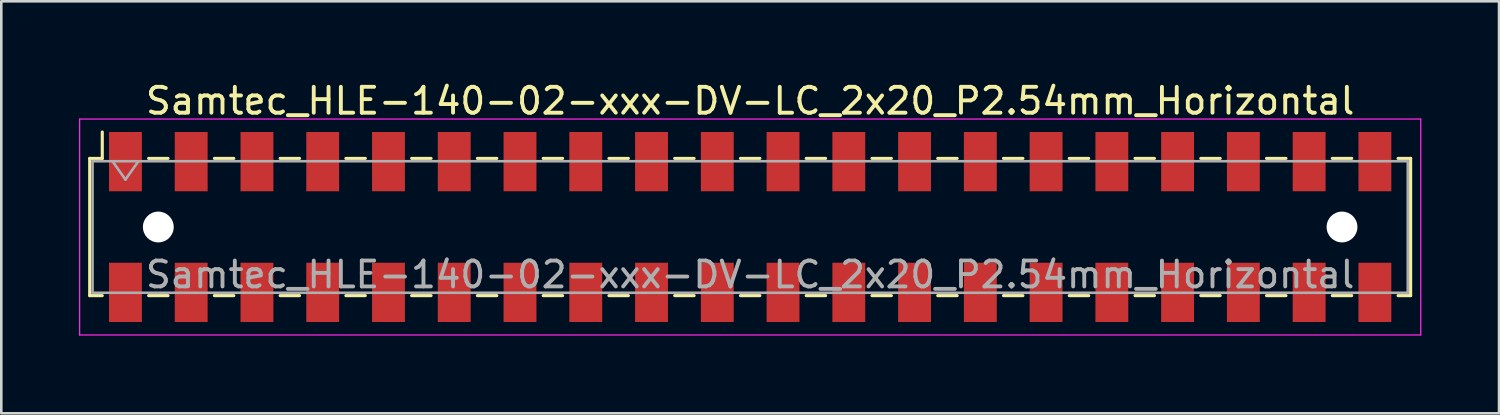
<source format=kicad_pcb>
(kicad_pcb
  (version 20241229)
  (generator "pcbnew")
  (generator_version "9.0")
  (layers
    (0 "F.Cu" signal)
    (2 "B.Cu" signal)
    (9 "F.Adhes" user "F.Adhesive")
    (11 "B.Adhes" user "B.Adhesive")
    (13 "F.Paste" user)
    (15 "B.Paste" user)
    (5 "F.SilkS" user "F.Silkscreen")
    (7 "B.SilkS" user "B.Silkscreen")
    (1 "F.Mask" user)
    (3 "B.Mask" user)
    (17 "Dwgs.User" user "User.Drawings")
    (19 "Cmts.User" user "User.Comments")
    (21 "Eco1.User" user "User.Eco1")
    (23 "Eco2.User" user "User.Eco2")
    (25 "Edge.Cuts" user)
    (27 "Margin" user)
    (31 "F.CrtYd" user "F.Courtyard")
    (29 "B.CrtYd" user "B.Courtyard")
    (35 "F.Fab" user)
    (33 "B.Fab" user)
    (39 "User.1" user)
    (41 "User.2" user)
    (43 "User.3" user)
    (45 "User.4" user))
  (footprint "Samtec_HLE-140-02-xxx-DV-LC_2x20_P2.54mm_Horizontal"
    (layer "F.Cu")
    (at 25.925 5.718)
    (property "Reference" "Samtec_HLE-140-02-xxx-DV-LC_2x20_P2.54mm_Horizontal" (at 0 -4.87 0) (layer "F.SilkS") (effects (font (size 1 1) (thickness 0.15))))
    (attr smd)
    (fp_line (start -25.51 -2.65) (end -25.51 2.65) (stroke (width 0.12) (type solid)) (layer "F.SilkS"))
    (fp_line (start -25.51 2.65) (end -25.025 2.65) (stroke (width 0.12) (type solid)) (layer "F.SilkS"))
    (fp_line (start -25.025 -3.67) (end -25.025 -2.65) (stroke (width 0.12) (type solid)) (layer "F.SilkS"))
    (fp_line (start -25.025 -2.65) (end -25.51 -2.65) (stroke (width 0.12) (type solid)) (layer "F.SilkS"))
    (fp_line (start -23.235 -2.65) (end -22.485 -2.65) (stroke (width 0.12) (type solid)) (layer "F.SilkS"))
    (fp_line (start -23.235 2.65) (end -22.485 2.65) (stroke (width 0.12) (type solid)) (layer "F.SilkS"))
    (fp_line (start -20.695 -2.65) (end -19.945 -2.65) (stroke (width 0.12) (type solid)) (layer "F.SilkS"))
    (fp_line (start -20.695 2.65) (end -19.945 2.65) (stroke (width 0.12) (type solid)) (layer "F.SilkS"))
    (fp_line (start -18.155 -2.65) (end -17.405 -2.65) (stroke (width 0.12) (type solid)) (layer "F.SilkS"))
    (fp_line (start -18.155 2.65) (end -17.405 2.65) (stroke (width 0.12) (type solid)) (layer "F.SilkS"))
    (fp_line (start -15.615 -2.65) (end -14.865 -2.65) (stroke (width 0.12) (type solid)) (layer "F.SilkS"))
    (fp_line (start -15.615 2.65) (end -14.865 2.65) (stroke (width 0.12) (type solid)) (layer "F.SilkS"))
    (fp_line (start -13.075 -2.65) (end -12.325 -2.65) (stroke (width 0.12) (type solid)) (layer "F.SilkS"))
    (fp_line (start -13.075 2.65) (end -12.325 2.65) (stroke (width 0.12) (type solid)) (layer "F.SilkS"))
    (fp_line (start -10.535 -2.65) (end -9.785 -2.65) (stroke (width 0.12) (type solid)) (layer "F.SilkS"))
    (fp_line (start -10.535 2.65) (end -9.785 2.65) (stroke (width 0.12) (type solid)) (layer "F.SilkS"))
    (fp_line (start -7.995 -2.65) (end -7.245 -2.65) (stroke (width 0.12) (type solid)) (layer "F.SilkS"))
    (fp_line (start -7.995 2.65) (end -7.245 2.65) (stroke (width 0.12) (type solid)) (layer "F.SilkS"))
    (fp_line (start -5.455 -2.65) (end -4.705 -2.65) (stroke (width 0.12) (type solid)) (layer "F.SilkS"))
    (fp_line (start -5.455 2.65) (end -4.705 2.65) (stroke (width 0.12) (type solid)) (layer "F.SilkS"))
    (fp_line (start -2.915 -2.65) (end -2.165 -2.65) (stroke (width 0.12) (type solid)) (layer "F.SilkS"))
    (fp_line (start -2.915 2.65) (end -2.165 2.65) (stroke (width 0.12) (type solid)) (layer "F.SilkS"))
    (fp_line (start -0.375 -2.65) (end 0.375 -2.65) (stroke (width 0.12) (type solid)) (layer "F.SilkS"))
    (fp_line (start -0.375 2.65) (end 0.375 2.65) (stroke (width 0.12) (type solid)) (layer "F.SilkS"))
    (fp_line (start 2.165 -2.65) (end 2.915 -2.65) (stroke (width 0.12) (type solid)) (layer "F.SilkS"))
    (fp_line (start 2.165 2.65) (end 2.915 2.65) (stroke (width 0.12) (type solid)) (layer "F.SilkS"))
    (fp_line (start 4.705 -2.65) (end 5.455 -2.65) (stroke (width 0.12) (type solid)) (layer "F.SilkS"))
    (fp_line (start 4.705 2.65) (end 5.455 2.65) (stroke (width 0.12) (type solid)) (layer "F.SilkS"))
    (fp_line (start 7.245 -2.65) (end 7.995 -2.65) (stroke (width 0.12) (type solid)) (layer "F.SilkS"))
    (fp_line (start 7.245 2.65) (end 7.995 2.65) (stroke (width 0.12) (type solid)) (layer "F.SilkS"))
    (fp_line (start 9.785 -2.65) (end 10.535 -2.65) (stroke (width 0.12) (type solid)) (layer "F.SilkS"))
    (fp_line (start 9.785 2.65) (end 10.535 2.65) (stroke (width 0.12) (type solid)) (layer "F.SilkS"))
    (fp_line (start 12.325 -2.65) (end 13.075 -2.65) (stroke (width 0.12) (type solid)) (layer "F.SilkS"))
    (fp_line (start 12.325 2.65) (end 13.075 2.65) (stroke (width 0.12) (type solid)) (layer "F.SilkS"))
    (fp_line (start 14.865 -2.65) (end 15.615 -2.65) (stroke (width 0.12) (type solid)) (layer "F.SilkS"))
    (fp_line (start 14.865 2.65) (end 15.615 2.65) (stroke (width 0.12) (type solid)) (layer "F.SilkS"))
    (fp_line (start 17.405 -2.65) (end 18.155 -2.65) (stroke (width 0.12) (type solid)) (layer "F.SilkS"))
    (fp_line (start 17.405 2.65) (end 18.155 2.65) (stroke (width 0.12) (type solid)) (layer "F.SilkS"))
    (fp_line (start 19.945 -2.65) (end 20.695 -2.65) (stroke (width 0.12) (type solid)) (layer "F.SilkS"))
    (fp_line (start 19.945 2.65) (end 20.695 2.65) (stroke (width 0.12) (type solid)) (layer "F.SilkS"))
    (fp_line (start 22.485 -2.65) (end 23.235 -2.65) (stroke (width 0.12) (type solid)) (layer "F.SilkS"))
    (fp_line (start 22.485 2.65) (end 23.235 2.65) (stroke (width 0.12) (type solid)) (layer "F.SilkS"))
    (fp_line (start 25.025 -2.65) (end 25.51 -2.65) (stroke (width 0.12) (type solid)) (layer "F.SilkS"))
    (fp_line (start 25.51 -2.65) (end 25.51 2.65) (stroke (width 0.12) (type solid)) (layer "F.SilkS"))
    (fp_line (start 25.51 2.65) (end 25.025 2.65) (stroke (width 0.12) (type solid)) (layer "F.SilkS"))
    (fp_line (start -25.9 -4.17) (end 25.9 -4.17) (stroke (width 0.05) (type solid)) (layer "F.CrtYd"))
    (fp_line (start -25.9 4.17) (end -25.9 -4.17) (stroke (width 0.05) (type solid)) (layer "F.CrtYd"))
    (fp_line (start 25.9 -4.17) (end 25.9 4.17) (stroke (width 0.05) (type solid)) (layer "F.CrtYd"))
    (fp_line (start 25.9 4.17) (end -25.9 4.17) (stroke (width 0.05) (type solid)) (layer "F.CrtYd"))
    (fp_line (start -25.4 -2.54) (end 25.4 -2.54) (stroke (width 0.1) (type solid)) (layer "F.Fab"))
    (fp_line (start -25.4 2.54) (end -25.4 -2.54) (stroke (width 0.1) (type solid)) (layer "F.Fab"))
    (fp_line (start -24.63 -2.54) (end -24.13 -1.833) (stroke (width 0.1) (type solid)) (layer "F.Fab"))
    (fp_line (start -24.13 -1.833) (end -23.63 -2.54) (stroke (width 0.1) (type solid)) (layer "F.Fab"))
    (fp_line (start 25.4 -2.54) (end 25.4 2.54) (stroke (width 0.1) (type solid)) (layer "F.Fab"))
    (fp_line (start 25.4 2.54) (end -25.4 2.54) (stroke (width 0.1) (type solid)) (layer "F.Fab"))
    (fp_text user "${REFERENCE}" (at 0 1.84 0) (layer "F.Fab") (effects (font (size 1 1) (thickness 0.15))))
    (pad "" np_thru_hole circle (at -22.86 0) (size 1.19 1.19) (drill 1.19) (layers "*.Cu" "*.Mask"))
    (pad "" np_thru_hole circle (at 22.86 0) (size 1.19 1.19) (drill 1.19) (layers "*.Cu" "*.Mask"))
    (pad "1" smd rect (at -24.13 -2.525) (size 1.27 2.29) (layers "F.Cu" "F.Mask" "F.Paste"))
    (pad "2" smd rect (at -24.13 2.525) (size 1.27 2.29) (layers "F.Cu" "F.Mask" "F.Paste"))
    (pad "3" smd rect (at -21.59 -2.525) (size 1.27 2.29) (layers "F.Cu" "F.Mask" "F.Paste"))
    (pad "4" smd rect (at -21.59 2.525) (size 1.27 2.29) (layers "F.Cu" "F.Mask" "F.Paste"))
    (pad "5" smd rect (at -19.05 -2.525) (size 1.27 2.29) (layers "F.Cu" "F.Mask" "F.Paste"))
    (pad "6" smd rect (at -19.05 2.525) (size 1.27 2.29) (layers "F.Cu" "F.Mask" "F.Paste"))
    (pad "7" smd rect (at -16.51 -2.525) (size 1.27 2.29) (layers "F.Cu" "F.Mask" "F.Paste"))
    (pad "8" smd rect (at -16.51 2.525) (size 1.27 2.29) (layers "F.Cu" "F.Mask" "F.Paste"))
    (pad "9" smd rect (at -13.97 -2.525) (size 1.27 2.29) (layers "F.Cu" "F.Mask" "F.Paste"))
    (pad "10" smd rect (at -13.97 2.525) (size 1.27 2.29) (layers "F.Cu" "F.Mask" "F.Paste"))
    (pad "11" smd rect (at -11.43 -2.525) (size 1.27 2.29) (layers "F.Cu" "F.Mask" "F.Paste"))
    (pad "12" smd rect (at -11.43 2.525) (size 1.27 2.29) (layers "F.Cu" "F.Mask" "F.Paste"))
    (pad "13" smd rect (at -8.89 -2.525) (size 1.27 2.29) (layers "F.Cu" "F.Mask" "F.Paste"))
    (pad "14" smd rect (at -8.89 2.525) (size 1.27 2.29) (layers "F.Cu" "F.Mask" "F.Paste"))
    (pad "15" smd rect (at -6.35 -2.525) (size 1.27 2.29) (layers "F.Cu" "F.Mask" "F.Paste"))
    (pad "16" smd rect (at -6.35 2.525) (size 1.27 2.29) (layers "F.Cu" "F.Mask" "F.Paste"))
    (pad "17" smd rect (at -3.81 -2.525) (size 1.27 2.29) (layers "F.Cu" "F.Mask" "F.Paste"))
    (pad "18" smd rect (at -3.81 2.525) (size 1.27 2.29) (layers "F.Cu" "F.Mask" "F.Paste"))
    (pad "19" smd rect (at -1.27 -2.525) (size 1.27 2.29) (layers "F.Cu" "F.Mask" "F.Paste"))
    (pad "20" smd rect (at -1.27 2.525) (size 1.27 2.29) (layers "F.Cu" "F.Mask" "F.Paste"))
    (pad "21" smd rect (at 1.27 -2.525) (size 1.27 2.29) (layers "F.Cu" "F.Mask" "F.Paste"))
    (pad "22" smd rect (at 1.27 2.525) (size 1.27 2.29) (layers "F.Cu" "F.Mask" "F.Paste"))
    (pad "23" smd rect (at 3.81 -2.525) (size 1.27 2.29) (layers "F.Cu" "F.Mask" "F.Paste"))
    (pad "24" smd rect (at 3.81 2.525) (size 1.27 2.29) (layers "F.Cu" "F.Mask" "F.Paste"))
    (pad "25" smd rect (at 6.35 -2.525) (size 1.27 2.29) (layers "F.Cu" "F.Mask" "F.Paste"))
    (pad "26" smd rect (at 6.35 2.525) (size 1.27 2.29) (layers "F.Cu" "F.Mask" "F.Paste"))
    (pad "27" smd rect (at 8.89 -2.525) (size 1.27 2.29) (layers "F.Cu" "F.Mask" "F.Paste"))
    (pad "28" smd rect (at 8.89 2.525) (size 1.27 2.29) (layers "F.Cu" "F.Mask" "F.Paste"))
    (pad "29" smd rect (at 11.43 -2.525) (size 1.27 2.29) (layers "F.Cu" "F.Mask" "F.Paste"))
    (pad "30" smd rect (at 11.43 2.525) (size 1.27 2.29) (layers "F.Cu" "F.Mask" "F.Paste"))
    (pad "31" smd rect (at 13.97 -2.525) (size 1.27 2.29) (layers "F.Cu" "F.Mask" "F.Paste"))
    (pad "32" smd rect (at 13.97 2.525) (size 1.27 2.29) (layers "F.Cu" "F.Mask" "F.Paste"))
    (pad "33" smd rect (at 16.51 -2.525) (size 1.27 2.29) (layers "F.Cu" "F.Mask" "F.Paste"))
    (pad "34" smd rect (at 16.51 2.525) (size 1.27 2.29) (layers "F.Cu" "F.Mask" "F.Paste"))
    (pad "35" smd rect (at 19.05 -2.525) (size 1.27 2.29) (layers "F.Cu" "F.Mask" "F.Paste"))
    (pad "36" smd rect (at 19.05 2.525) (size 1.27 2.29) (layers "F.Cu" "F.Mask" "F.Paste"))
    (pad "37" smd rect (at 21.59 -2.525) (size 1.27 2.29) (layers "F.Cu" "F.Mask" "F.Paste"))
    (pad "38" smd rect (at 21.59 2.525) (size 1.27 2.29) (layers "F.Cu" "F.Mask" "F.Paste"))
    (pad "39" smd rect (at 24.13 -2.525) (size 1.27 2.29) (layers "F.Cu" "F.Mask" "F.Paste"))
    (pad "40" smd rect (at 24.13 2.525) (size 1.27 2.29) (layers "F.Cu" "F.Mask" "F.Paste")))
  (gr_rect
    (start -3 -3)
    (end 54.85 12.913)
    (stroke (width 0.1) (type default))
    (fill no)
    (layer "Edge.Cuts")))
</source>
